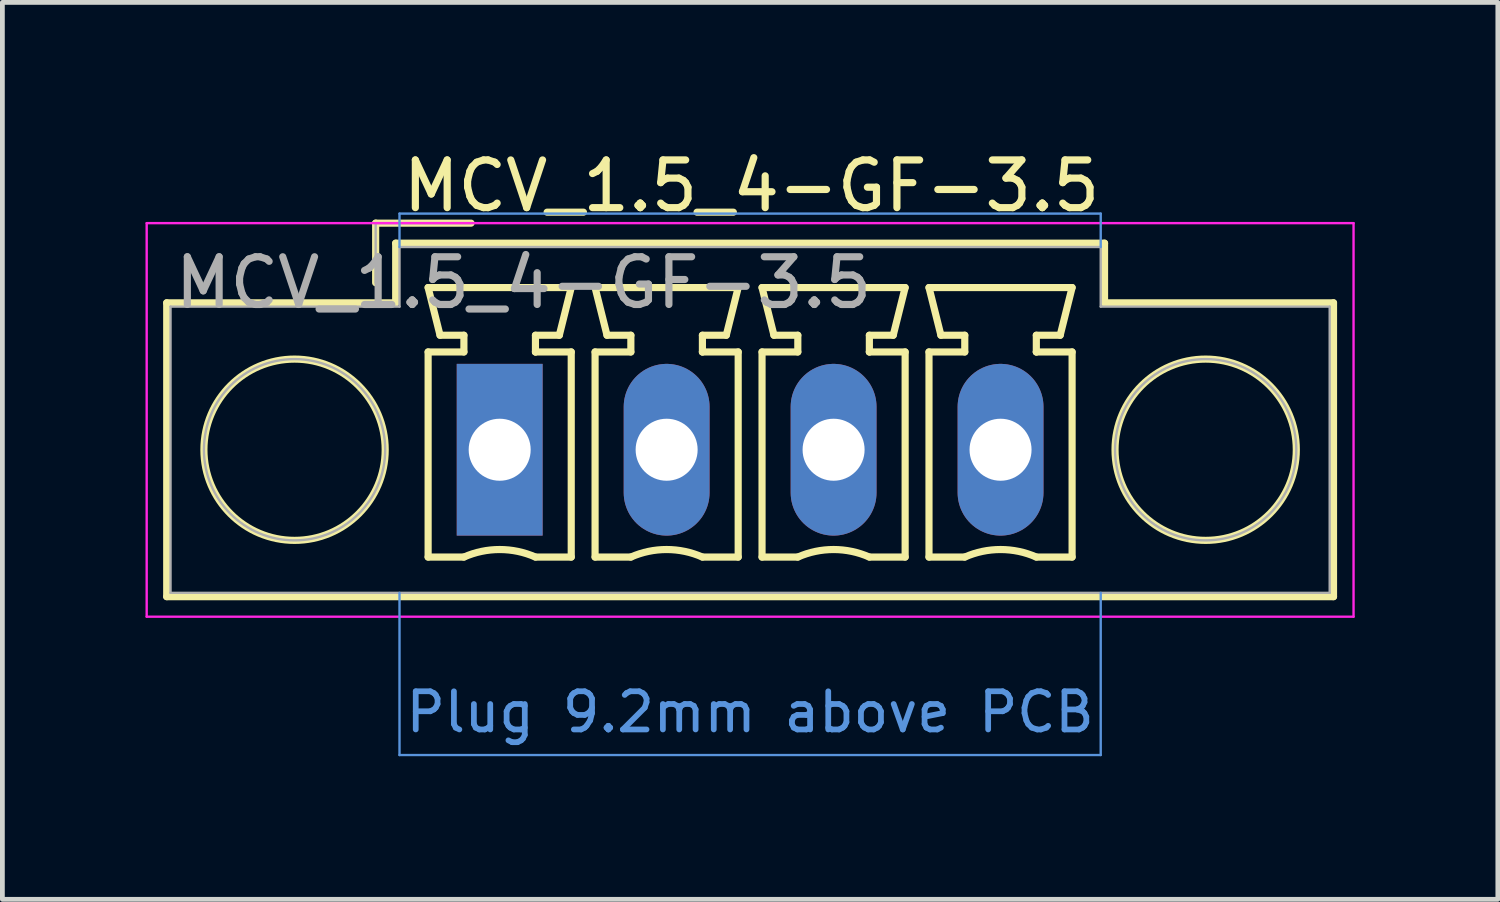
<source format=kicad_pcb>
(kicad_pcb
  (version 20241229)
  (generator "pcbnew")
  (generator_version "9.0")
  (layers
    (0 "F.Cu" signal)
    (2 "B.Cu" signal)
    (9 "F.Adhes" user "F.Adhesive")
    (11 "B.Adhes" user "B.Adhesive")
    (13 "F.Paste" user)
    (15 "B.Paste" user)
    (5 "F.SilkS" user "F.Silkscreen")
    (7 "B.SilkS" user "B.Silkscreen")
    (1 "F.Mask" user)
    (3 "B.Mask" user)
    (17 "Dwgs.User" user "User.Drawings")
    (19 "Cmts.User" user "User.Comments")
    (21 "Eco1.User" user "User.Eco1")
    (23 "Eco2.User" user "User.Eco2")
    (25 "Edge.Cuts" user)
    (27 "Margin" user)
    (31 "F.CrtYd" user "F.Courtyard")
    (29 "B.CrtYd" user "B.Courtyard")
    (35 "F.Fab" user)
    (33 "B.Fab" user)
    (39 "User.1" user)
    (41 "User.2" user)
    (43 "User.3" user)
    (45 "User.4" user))
  (footprint "MCV_1.5_4-GF-3.5"
    (layer "F.Cu")
    (at 7.425 6.378)
    (property "Reference" "MCV_1.5_4-GF-3.5" (at 0.5 -3.5 180) (layer "F.Fab") (effects (font (size 1 1) (thickness 0.15))))
    (attr through_hole)
    (fp_line (start -6.98 -3.08) (end -6.98 3.08) (stroke (width 0.15) (type solid)) (layer "F.SilkS"))
    (fp_line (start -6.98 3.08) (end 17.48 3.08) (stroke (width 0.15) (type solid)) (layer "F.SilkS"))
    (fp_line (start -2.6 -4.75) (end -2.6 -3.5) (stroke (width 0.15) (type solid)) (layer "F.SilkS"))
    (fp_line (start -2.18 -4.33) (end -2.18 -3.08) (stroke (width 0.15) (type solid)) (layer "F.SilkS"))
    (fp_line (start -2.18 -3.08) (end -6.98 -3.08) (stroke (width 0.15) (type solid)) (layer "F.SilkS"))
    (fp_line (start -1.5 -3.4) (end 1.5 -3.4) (stroke (width 0.15) (type solid)) (layer "F.SilkS"))
    (fp_line (start -1.5 -2.05) (end -0.75 -2.05) (stroke (width 0.15) (type solid)) (layer "F.SilkS"))
    (fp_line (start -1.5 2.25) (end -1.5 -2.05) (stroke (width 0.15) (type solid)) (layer "F.SilkS"))
    (fp_line (start -1.25 -2.4) (end -1.5 -3.4) (stroke (width 0.15) (type solid)) (layer "F.SilkS"))
    (fp_line (start -0.75 -2.4) (end -1.25 -2.4) (stroke (width 0.15) (type solid)) (layer "F.SilkS"))
    (fp_line (start -0.75 -2.05) (end -0.75 -2.4) (stroke (width 0.15) (type solid)) (layer "F.SilkS"))
    (fp_line (start -0.75 2.25) (end -1.5 2.25) (stroke (width 0.15) (type solid)) (layer "F.SilkS"))
    (fp_line (start -0.6 -4.75) (end -2.6 -4.75) (stroke (width 0.15) (type solid)) (layer "F.SilkS"))
    (fp_line (start 0.75 -2.4) (end 0.75 -2.05) (stroke (width 0.15) (type solid)) (layer "F.SilkS"))
    (fp_line (start 0.75 -2.05) (end 0.75 -2.05) (stroke (width 0.15) (type solid)) (layer "F.SilkS"))
    (fp_line (start 0.75 -2.05) (end 1.5 -2.05) (stroke (width 0.15) (type solid)) (layer "F.SilkS"))
    (fp_line (start 1.25 -2.4) (end 0.75 -2.4) (stroke (width 0.15) (type solid)) (layer "F.SilkS"))
    (fp_line (start 1.5 -3.4) (end 1.25 -2.4) (stroke (width 0.15) (type solid)) (layer "F.SilkS"))
    (fp_line (start 1.5 -2.05) (end 1.5 2.25) (stroke (width 0.15) (type solid)) (layer "F.SilkS"))
    (fp_line (start 1.5 2.25) (end 0.75 2.25) (stroke (width 0.15) (type solid)) (layer "F.SilkS"))
    (fp_line (start 2 -3.4) (end 5 -3.4) (stroke (width 0.15) (type solid)) (layer "F.SilkS"))
    (fp_line (start 2 -2.05) (end 2.75 -2.05) (stroke (width 0.15) (type solid)) (layer "F.SilkS"))
    (fp_line (start 2 2.25) (end 2 -2.05) (stroke (width 0.15) (type solid)) (layer "F.SilkS"))
    (fp_line (start 2.25 -2.4) (end 2 -3.4) (stroke (width 0.15) (type solid)) (layer "F.SilkS"))
    (fp_line (start 2.75 -2.4) (end 2.25 -2.4) (stroke (width 0.15) (type solid)) (layer "F.SilkS"))
    (fp_line (start 2.75 -2.05) (end 2.75 -2.4) (stroke (width 0.15) (type solid)) (layer "F.SilkS"))
    (fp_line (start 2.75 2.25) (end 2 2.25) (stroke (width 0.15) (type solid)) (layer "F.SilkS"))
    (fp_line (start 4.25 -2.4) (end 4.25 -2.05) (stroke (width 0.15) (type solid)) (layer "F.SilkS"))
    (fp_line (start 4.25 -2.05) (end 4.25 -2.05) (stroke (width 0.15) (type solid)) (layer "F.SilkS"))
    (fp_line (start 4.25 -2.05) (end 5 -2.05) (stroke (width 0.15) (type solid)) (layer "F.SilkS"))
    (fp_line (start 4.75 -2.4) (end 4.25 -2.4) (stroke (width 0.15) (type solid)) (layer "F.SilkS"))
    (fp_line (start 5 -3.4) (end 4.75 -2.4) (stroke (width 0.15) (type solid)) (layer "F.SilkS"))
    (fp_line (start 5 -2.05) (end 5 2.25) (stroke (width 0.15) (type solid)) (layer "F.SilkS"))
    (fp_line (start 5 2.25) (end 4.25 2.25) (stroke (width 0.15) (type solid)) (layer "F.SilkS"))
    (fp_line (start 5.5 -3.4) (end 8.5 -3.4) (stroke (width 0.15) (type solid)) (layer "F.SilkS"))
    (fp_line (start 5.5 -2.05) (end 6.25 -2.05) (stroke (width 0.15) (type solid)) (layer "F.SilkS"))
    (fp_line (start 5.5 2.25) (end 5.5 -2.05) (stroke (width 0.15) (type solid)) (layer "F.SilkS"))
    (fp_line (start 5.75 -2.4) (end 5.5 -3.4) (stroke (width 0.15) (type solid)) (layer "F.SilkS"))
    (fp_line (start 6.25 -2.4) (end 5.75 -2.4) (stroke (width 0.15) (type solid)) (layer "F.SilkS"))
    (fp_line (start 6.25 -2.05) (end 6.25 -2.4) (stroke (width 0.15) (type solid)) (layer "F.SilkS"))
    (fp_line (start 6.25 2.25) (end 5.5 2.25) (stroke (width 0.15) (type solid)) (layer "F.SilkS"))
    (fp_line (start 7.75 -2.4) (end 7.75 -2.05) (stroke (width 0.15) (type solid)) (layer "F.SilkS"))
    (fp_line (start 7.75 -2.05) (end 7.75 -2.05) (stroke (width 0.15) (type solid)) (layer "F.SilkS"))
    (fp_line (start 7.75 -2.05) (end 8.5 -2.05) (stroke (width 0.15) (type solid)) (layer "F.SilkS"))
    (fp_line (start 8.25 -2.4) (end 7.75 -2.4) (stroke (width 0.15) (type solid)) (layer "F.SilkS"))
    (fp_line (start 8.5 -3.4) (end 8.25 -2.4) (stroke (width 0.15) (type solid)) (layer "F.SilkS"))
    (fp_line (start 8.5 -2.05) (end 8.5 2.25) (stroke (width 0.15) (type solid)) (layer "F.SilkS"))
    (fp_line (start 8.5 2.25) (end 7.75 2.25) (stroke (width 0.15) (type solid)) (layer "F.SilkS"))
    (fp_line (start 9 -3.4) (end 12 -3.4) (stroke (width 0.15) (type solid)) (layer "F.SilkS"))
    (fp_line (start 9 -2.05) (end 9.75 -2.05) (stroke (width 0.15) (type solid)) (layer "F.SilkS"))
    (fp_line (start 9 2.25) (end 9 -2.05) (stroke (width 0.15) (type solid)) (layer "F.SilkS"))
    (fp_line (start 9.25 -2.4) (end 9 -3.4) (stroke (width 0.15) (type solid)) (layer "F.SilkS"))
    (fp_line (start 9.75 -2.4) (end 9.25 -2.4) (stroke (width 0.15) (type solid)) (layer "F.SilkS"))
    (fp_line (start 9.75 -2.05) (end 9.75 -2.4) (stroke (width 0.15) (type solid)) (layer "F.SilkS"))
    (fp_line (start 9.75 2.25) (end 9 2.25) (stroke (width 0.15) (type solid)) (layer "F.SilkS"))
    (fp_line (start 11.25 -2.4) (end 11.25 -2.05) (stroke (width 0.15) (type solid)) (layer "F.SilkS"))
    (fp_line (start 11.25 -2.05) (end 11.25 -2.05) (stroke (width 0.15) (type solid)) (layer "F.SilkS"))
    (fp_line (start 11.25 -2.05) (end 12 -2.05) (stroke (width 0.15) (type solid)) (layer "F.SilkS"))
    (fp_line (start 11.75 -2.4) (end 11.25 -2.4) (stroke (width 0.15) (type solid)) (layer "F.SilkS"))
    (fp_line (start 12 -3.4) (end 11.75 -2.4) (stroke (width 0.15) (type solid)) (layer "F.SilkS"))
    (fp_line (start 12 -2.05) (end 12 2.25) (stroke (width 0.15) (type solid)) (layer "F.SilkS"))
    (fp_line (start 12 2.25) (end 11.25 2.25) (stroke (width 0.15) (type solid)) (layer "F.SilkS"))
    (fp_line (start 12.68 -4.33) (end -2.18 -4.33) (stroke (width 0.15) (type solid)) (layer "F.SilkS"))
    (fp_line (start 12.68 -3.08) (end 12.68 -4.33) (stroke (width 0.15) (type solid)) (layer "F.SilkS"))
    (fp_line (start 17.48 -3.08) (end 12.68 -3.08) (stroke (width 0.15) (type solid)) (layer "F.SilkS"))
    (fp_line (start 17.48 3.08) (end 17.48 -3.08) (stroke (width 0.15) (type solid)) (layer "F.SilkS"))
    (fp_arc (start -0.75 2.25) (mid -0.000193 2.09191) (end 0.749647 2.249844) (stroke (width 0.15) (type solid)) (layer "F.SilkS"))
    (fp_arc (start 2.75 2.25) (mid 3.499807 2.09191) (end 4.249647 2.249844) (stroke (width 0.15) (type solid)) (layer "F.SilkS"))
    (fp_arc (start 6.25 2.25) (mid 6.999807 2.09191) (end 7.749647 2.249844) (stroke (width 0.15) (type solid)) (layer "F.SilkS"))
    (fp_arc (start 9.75 2.25) (mid 10.499807 2.09191) (end 11.249647 2.249844) (stroke (width 0.15) (type solid)) (layer "F.SilkS"))
    (fp_circle (center -4.3 0) (end -2.4 0) (stroke (width 0.15) (type solid)) (fill no) (layer "F.SilkS"))
    (fp_circle (center 14.8 0) (end 16.7 0) (stroke (width 0.15) (type solid)) (fill no) (layer "F.SilkS"))
    (fp_line (start -2.1 -4.95) (end -2.1 -4.25) (stroke (width 0.05) (type solid)) (layer "Cmts.User"))
    (fp_line (start -2.1 3) (end -2.1 6.4) (stroke (width 0.05) (type solid)) (layer "Cmts.User"))
    (fp_line (start -2.1 6.4) (end 12.6 6.4) (stroke (width 0.05) (type solid)) (layer "Cmts.User"))
    (fp_line (start 12.6 -4.95) (end -2.1 -4.95) (stroke (width 0.05) (type solid)) (layer "Cmts.User"))
    (fp_line (start 12.6 -4.25) (end 12.6 -4.95) (stroke (width 0.05) (type solid)) (layer "Cmts.User"))
    (fp_line (start 12.6 6.4) (end 12.6 3) (stroke (width 0.05) (type solid)) (layer "Cmts.User"))
    (fp_line (start -7.4 -4.75) (end -7.4 3.5) (stroke (width 0.05) (type solid)) (layer "F.CrtYd"))
    (fp_line (start -7.4 3.5) (end 17.9 3.5) (stroke (width 0.05) (type solid)) (layer "F.CrtYd"))
    (fp_line (start 17.9 -4.75) (end -7.4 -4.75) (stroke (width 0.05) (type solid)) (layer "F.CrtYd"))
    (fp_line (start 17.9 3.5) (end 17.9 -4.75) (stroke (width 0.05) (type solid)) (layer "F.CrtYd"))
    (fp_line (start -6.9 -3) (end -6.9 3) (stroke (width 0.05) (type solid)) (layer "F.Fab"))
    (fp_line (start -6.9 3) (end 17.4 3) (stroke (width 0.05) (type solid)) (layer "F.Fab"))
    (fp_line (start -2.6 -4.75) (end -2.6 -3.5) (stroke (width 0.05) (type solid)) (layer "F.Fab"))
    (fp_line (start -2.1 -4.25) (end -2.1 -3) (stroke (width 0.05) (type solid)) (layer "F.Fab"))
    (fp_line (start -2.1 -3) (end -6.9 -3) (stroke (width 0.05) (type solid)) (layer "F.Fab"))
    (fp_line (start -0.6 -4.75) (end -2.6 -4.75) (stroke (width 0.05) (type solid)) (layer "F.Fab"))
    (fp_line (start 12.6 -4.25) (end -2.1 -4.25) (stroke (width 0.05) (type solid)) (layer "F.Fab"))
    (fp_line (start 12.6 -3) (end 12.6 -4.25) (stroke (width 0.05) (type solid)) (layer "F.Fab"))
    (fp_line (start 17.4 -3) (end 12.6 -3) (stroke (width 0.05) (type solid)) (layer "F.Fab"))
    (fp_line (start 17.4 3) (end 17.4 -3) (stroke (width 0.05) (type solid)) (layer "F.Fab"))
    (fp_circle (center -4.3 0) (end -2.4 0) (stroke (width 0.05) (type solid)) (fill no) (layer "F.Fab"))
    (fp_circle (center 14.8 0) (end 16.7 0) (stroke (width 0.05) (type solid)) (fill no) (layer "F.Fab"))
    (fp_text user "${REFERENCE}" (at 5.28 -5.53 0) (layer "F.SilkS") (effects (font (size 1 1) (thickness 0.15))))
    (fp_text user "Plug 9.2mm above PCB" (at 5.25 5.5 0) (layer "Cmts.User") (effects (font (size 0.8 0.8) (thickness 0.12))))
    (pad "1" thru_hole rect (at 0 0) (size 1.8 3.6) (drill 1.3) (layers "*.Cu" "*.Mask"))
    (pad "2" thru_hole oval (at 3.5 0) (size 1.8 3.6) (drill 1.3) (layers "*.Cu" "*.Mask"))
    (pad "3" thru_hole oval (at 7 0) (size 1.8 3.6) (drill 1.3) (layers "*.Cu" "*.Mask"))
    (pad "4" thru_hole oval (at 10.5 0) (size 1.8 3.6) (drill 1.3) (layers "*.Cu" "*.Mask")))
  (gr_rect
    (start -3 -3)
    (end 28.35 15.803)
    (stroke (width 0.1) (type default))
    (fill no)
    (layer "Edge.Cuts")))
</source>
